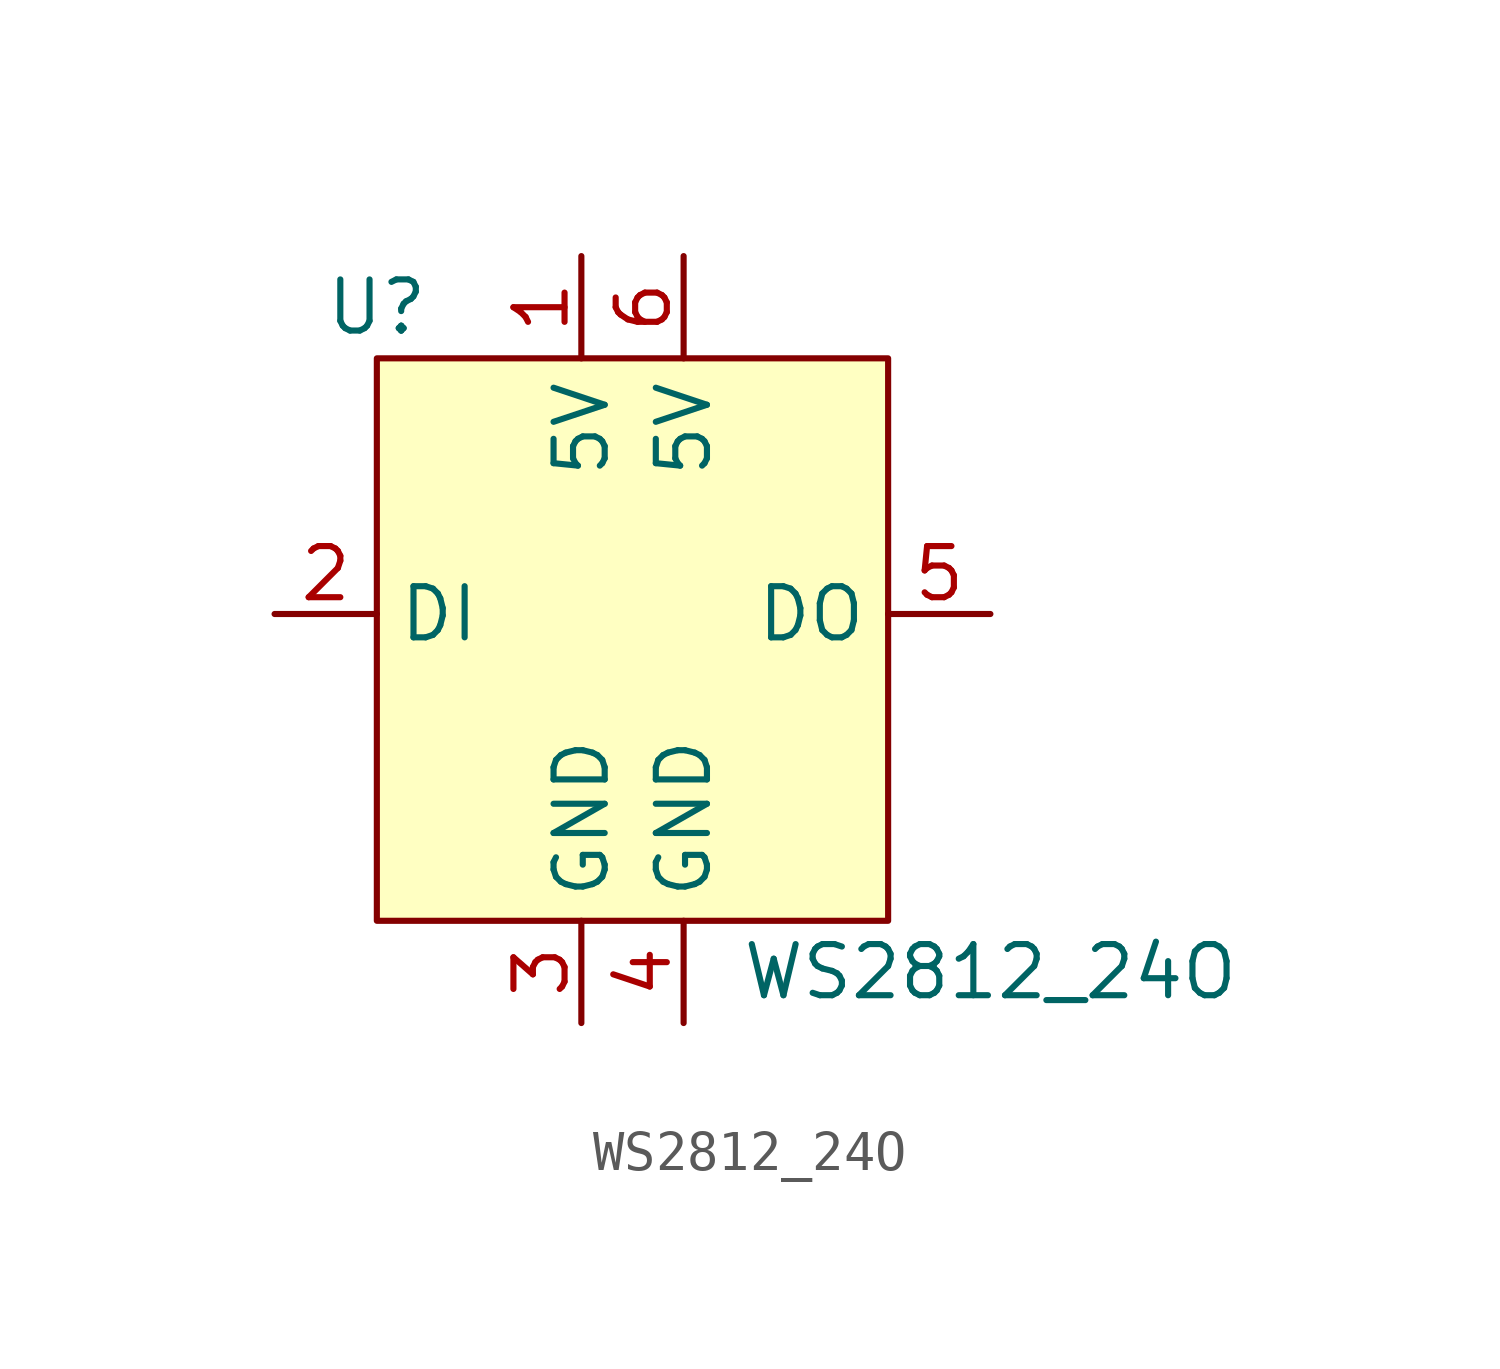
<source format=kicad_sym>
(kicad_symbol_lib
  (version 20211014)
  (generator kicad_symbol_editor)
  (symbol "WS2812_24O"
    (property "Reference" "U"
      (at -5.08 7.62 0)
      (effects (font (size 1.27 1.27))))
    (property "Value" "WS2812_24O"
      (at 10.16 -8.89 0)
      (effects (font (size 1.27 1.27))))
    (symbol "WS2812_24O_0_1"
      (rectangle (start -5.08 6.35) (end 7.62 -7.62) (stroke (width 0) (type default) (color 0 0 0 0)) (fill (type background))))
    (symbol "WS2812_24O_1_1"
      (pin power_in line (at 0 8.89 270) (length 2.54) (name "5V" (effects (font (size 1.27 1.27)))) (number "1" (effects (font (size 1.27 1.27)))))
      (pin input line (at -7.62 0 0) (length 2.54) (name "DI" (effects (font (size 1.27 1.27)))) (number "2" (effects (font (size 1.27 1.27)))))
      (pin power_in line (at 0 -10.16 90) (length 2.54) (name "GND" (effects (font (size 1.27 1.27)))) (number "3" (effects (font (size 1.27 1.27)))))
      (pin power_in line (at 2.54 -10.16 90) (length 2.54) (name "GND" (effects (font (size 1.27 1.27)))) (number "4" (effects (font (size 1.27 1.27)))))
      (pin output line (at 10.16 0 180) (length 2.54) (name "DO" (effects (font (size 1.27 1.27)))) (number "5" (effects (font (size 1.27 1.27)))))
      (pin power_in line (at 2.54 8.89 270) (length 2.54) (name "5V" (effects (font (size 1.27 1.27)))) (number "6" (effects (font (size 1.27 1.27))))))))
</source>
